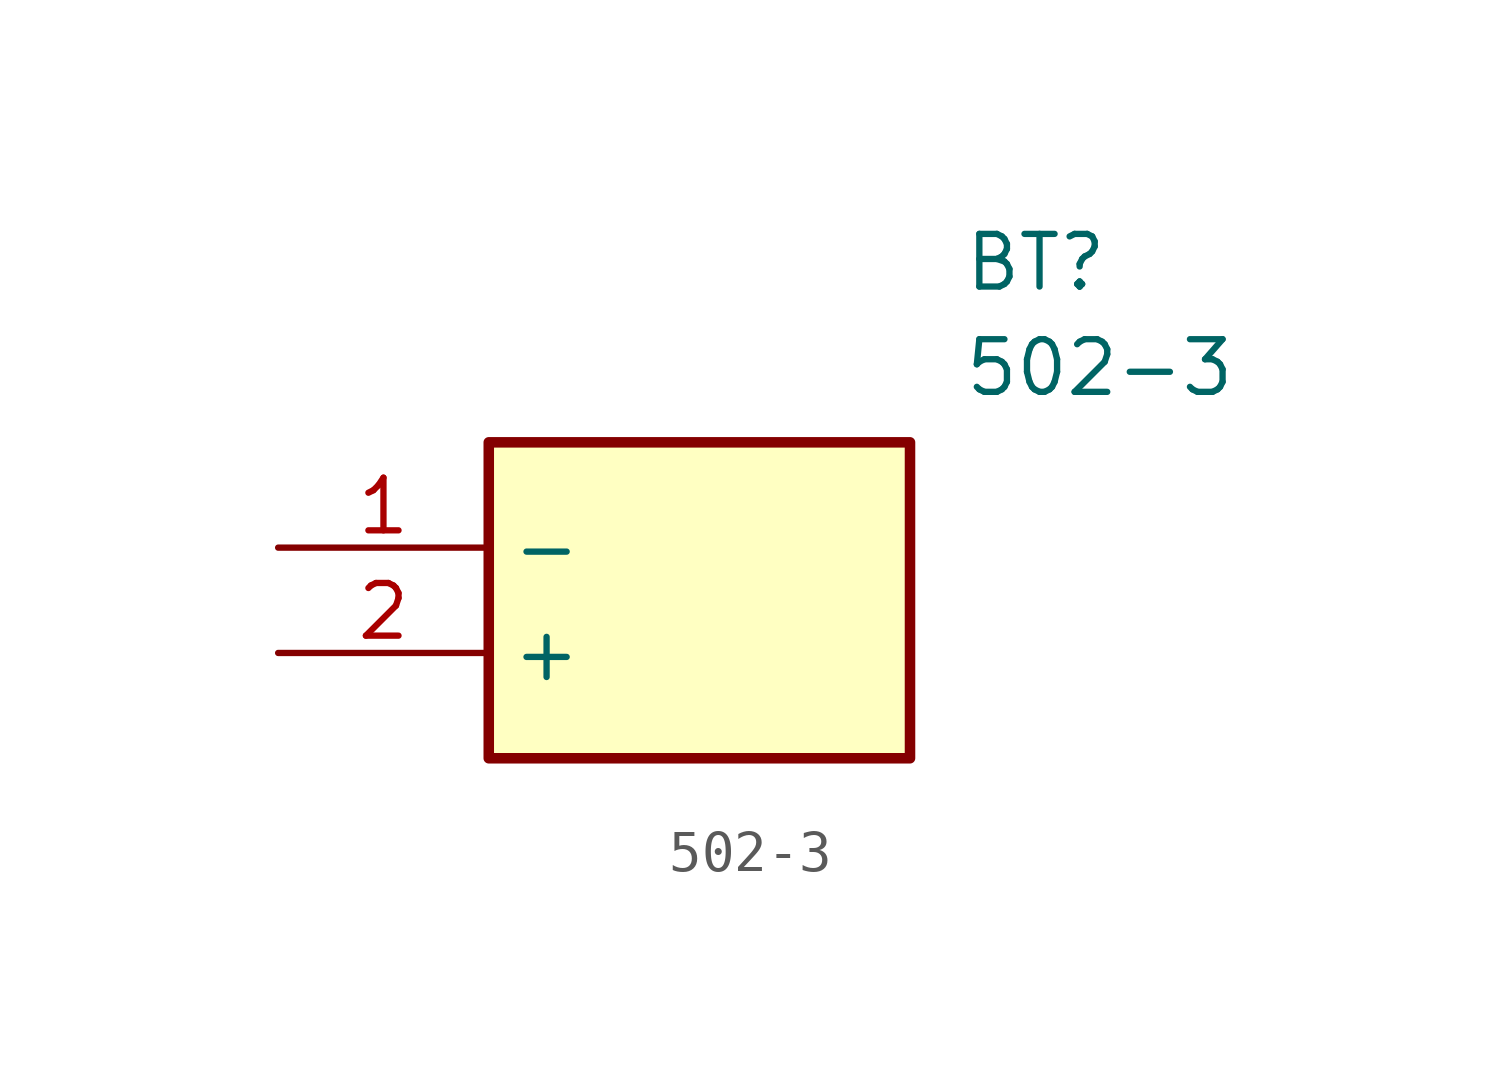
<source format=kicad_sym>
(kicad_symbol_lib
  (version 20211014)
  (generator SamacSys_ECAD_Model)
  (symbol "502-3"
    (property "Reference" "BT"
      (at 16.51 7.62 0)
      (effects (font (size 1.27 1.27)) (justify left top)))
    (property "Value" "502-3"
      (at 16.51 5.08 0)
      (effects (font (size 1.27 1.27)) (justify left top)))
    (rectangle
      (start 5.08 2.54)
      (end 15.24 -5.08)
      (stroke (width 0.254) (type default))
      (fill (type background)))
    (pin passive line
      (at 0 0 0)
      (length 5.08)
      (name "-" (effects (font (size 1.27 1.27))))
      (number "1" (effects (font (size 1.27 1.27)))))
    (pin passive line
      (at 0 -2.54 0)
      (length 5.08)
      (name "+" (effects (font (size 1.27 1.27))))
      (number "2" (effects (font (size 1.27 1.27)))))))
</source>
